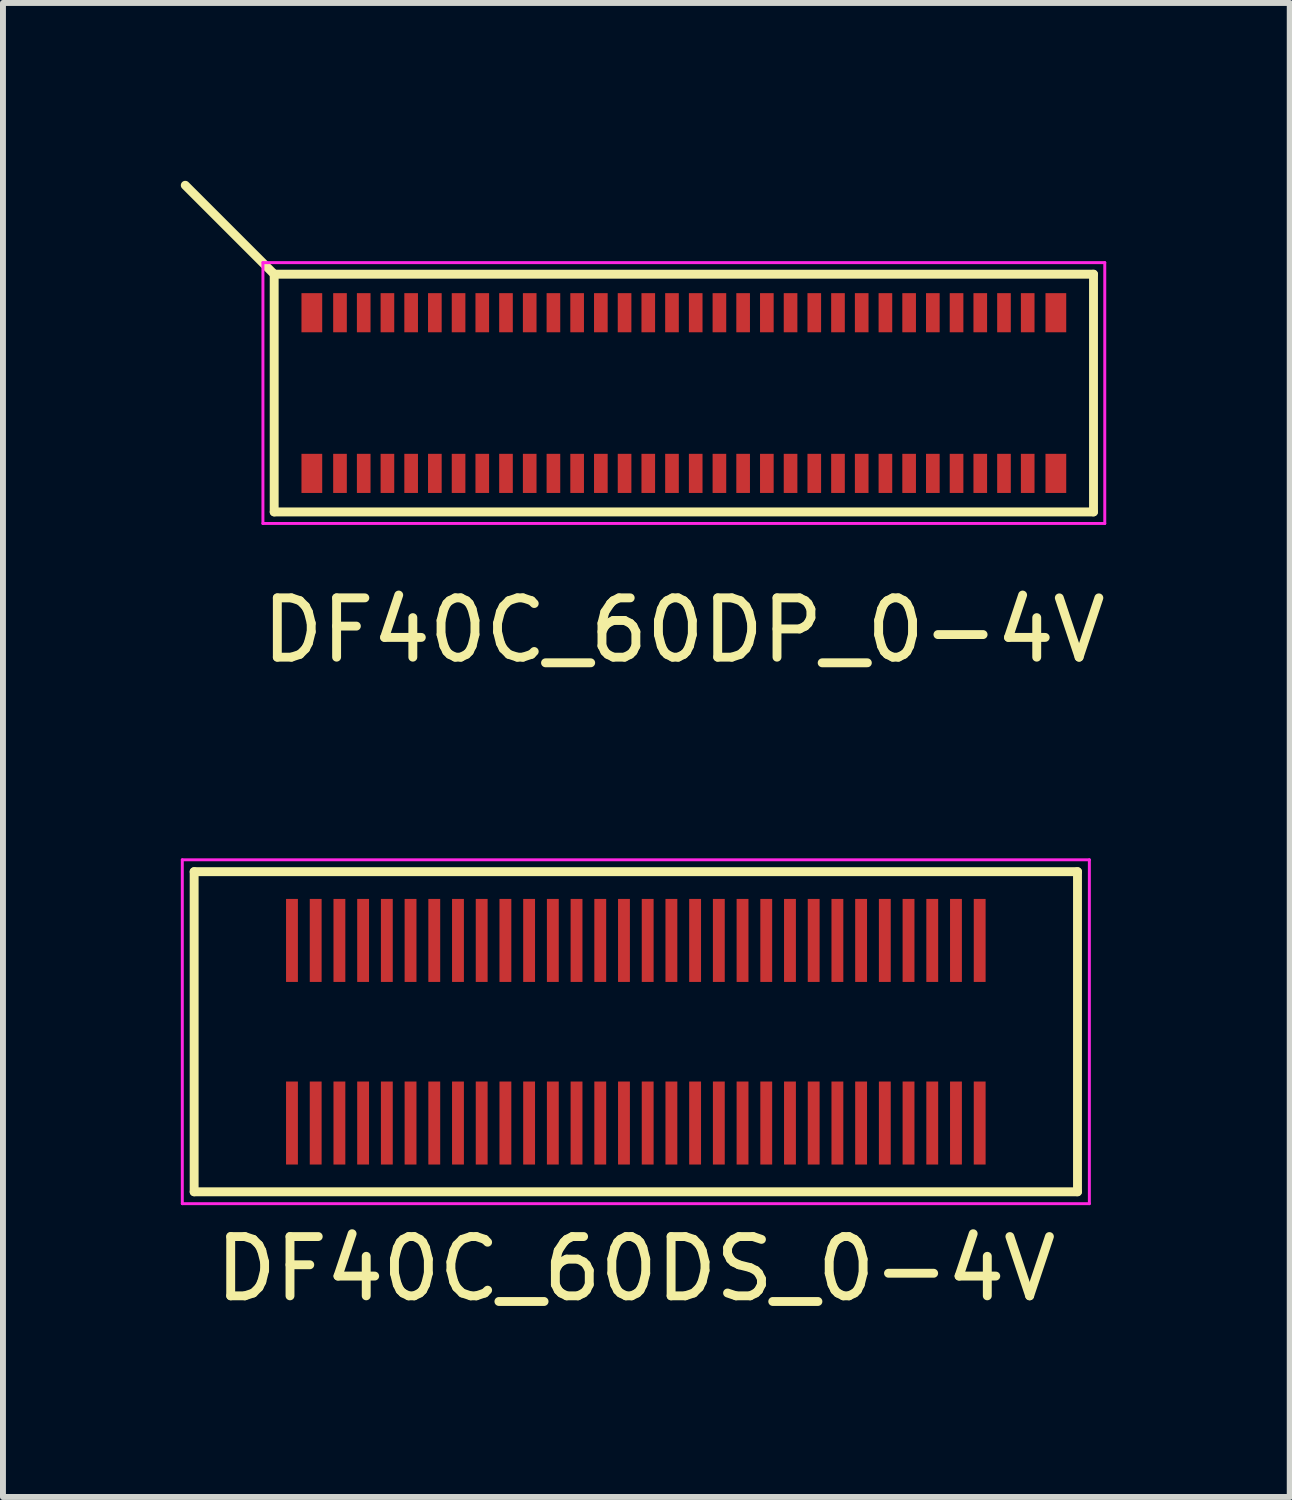
<source format=kicad_pcb>
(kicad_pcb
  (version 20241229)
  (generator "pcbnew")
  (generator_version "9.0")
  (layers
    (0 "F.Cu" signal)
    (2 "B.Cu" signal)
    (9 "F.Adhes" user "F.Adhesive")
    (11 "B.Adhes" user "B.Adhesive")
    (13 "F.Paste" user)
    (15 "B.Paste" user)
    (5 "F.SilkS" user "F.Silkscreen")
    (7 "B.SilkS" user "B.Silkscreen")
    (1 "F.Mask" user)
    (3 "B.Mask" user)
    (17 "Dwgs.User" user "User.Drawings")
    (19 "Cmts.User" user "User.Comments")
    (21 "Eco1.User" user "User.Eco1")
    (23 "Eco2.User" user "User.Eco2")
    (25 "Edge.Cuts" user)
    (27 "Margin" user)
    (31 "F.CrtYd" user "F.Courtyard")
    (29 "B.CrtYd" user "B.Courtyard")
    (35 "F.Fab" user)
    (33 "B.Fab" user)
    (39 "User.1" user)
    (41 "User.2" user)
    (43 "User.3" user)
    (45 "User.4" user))
  (footprint "DF40C_60DP_0-4V"
    (layer "F.Cu")
    (at 8.485 3.58)
    (property "Reference" "DF40C_60DP_0-4V" (at 0 4 0) (layer "F.SilkS") (effects (font (size 1 1) (thickness 0.15))))
    (attr smd)
    (fp_line (start -6.91 -2.005) (end -8.41 -3.505) (stroke (width 0.15) (type solid)) (layer "F.SilkS"))
    (fp_line (start -6.91 -2.005) (end -6.91 2.005) (stroke (width 0.15) (type solid)) (layer "F.SilkS"))
    (fp_line (start -6.91 -2.005) (end 6.91 -2.005) (stroke (width 0.15) (type solid)) (layer "F.SilkS"))
    (fp_line (start 6.91 2.005) (end -6.91 2.005) (stroke (width 0.15) (type solid)) (layer "F.SilkS"))
    (fp_line (start 6.91 2.005) (end 6.91 -2.005) (stroke (width 0.15) (type solid)) (layer "F.SilkS"))
    (fp_line (start -7.1 -2.2) (end -7.1 2.2) (stroke (width 0.05) (type solid)) (layer "F.CrtYd"))
    (fp_line (start -7.1 -2.2) (end 7.1 -2.2) (stroke (width 0.05) (type solid)) (layer "F.CrtYd"))
    (fp_line (start 7.1 2.2) (end -7.1 2.2) (stroke (width 0.05) (type solid)) (layer "F.CrtYd"))
    (fp_line (start 7.1 2.2) (end 7.1 -2.2) (stroke (width 0.05) (type solid)) (layer "F.CrtYd"))
    (pad "1" smd rect (at -5.8 1.355) (size 0.23 0.66) (layers "F.Cu" "F.Mask" "F.Paste"))
    (pad "2" smd rect (at -5.8 -1.355) (size 0.23 0.66) (layers "F.Cu" "F.Mask" "F.Paste"))
    (pad "3" smd rect (at -5.4 1.355) (size 0.23 0.66) (layers "F.Cu" "F.Mask" "F.Paste"))
    (pad "4" smd rect (at -5.4 -1.355) (size 0.23 0.66) (layers "F.Cu" "F.Mask" "F.Paste"))
    (pad "5" smd rect (at -5 1.355) (size 0.23 0.66) (layers "F.Cu" "F.Mask" "F.Paste"))
    (pad "6" smd rect (at -5 -1.355) (size 0.23 0.66) (layers "F.Cu" "F.Mask" "F.Paste"))
    (pad "7" smd rect (at -4.6 1.355) (size 0.23 0.66) (layers "F.Cu" "F.Mask" "F.Paste"))
    (pad "8" smd rect (at -4.6 -1.355) (size 0.23 0.66) (layers "F.Cu" "F.Mask" "F.Paste"))
    (pad "9" smd rect (at -4.2 1.355) (size 0.23 0.66) (layers "F.Cu" "F.Mask" "F.Paste"))
    (pad "10" smd rect (at -4.2 -1.355) (size 0.23 0.66) (layers "F.Cu" "F.Mask" "F.Paste"))
    (pad "11" smd rect (at -3.8 1.355) (size 0.23 0.66) (layers "F.Cu" "F.Mask" "F.Paste"))
    (pad "12" smd rect (at -3.8 -1.355) (size 0.23 0.66) (layers "F.Cu" "F.Mask" "F.Paste"))
    (pad "13" smd rect (at -3.4 1.355) (size 0.23 0.66) (layers "F.Cu" "F.Mask" "F.Paste"))
    (pad "14" smd rect (at -3.4 -1.355) (size 0.23 0.66) (layers "F.Cu" "F.Mask" "F.Paste"))
    (pad "15" smd rect (at -3 1.355) (size 0.23 0.66) (layers "F.Cu" "F.Mask" "F.Paste"))
    (pad "16" smd rect (at -3 -1.355) (size 0.23 0.66) (layers "F.Cu" "F.Mask" "F.Paste"))
    (pad "17" smd rect (at -2.6 1.355) (size 0.23 0.66) (layers "F.Cu" "F.Mask" "F.Paste"))
    (pad "18" smd rect (at -2.6 -1.355) (size 0.23 0.66) (layers "F.Cu" "F.Mask" "F.Paste"))
    (pad "19" smd rect (at -2.2 1.355) (size 0.23 0.66) (layers "F.Cu" "F.Mask" "F.Paste"))
    (pad "20" smd rect (at -2.2 -1.355) (size 0.23 0.66) (layers "F.Cu" "F.Mask" "F.Paste"))
    (pad "21" smd rect (at -1.8 1.355) (size 0.23 0.66) (layers "F.Cu" "F.Mask" "F.Paste"))
    (pad "22" smd rect (at -1.8 -1.355) (size 0.23 0.66) (layers "F.Cu" "F.Mask" "F.Paste"))
    (pad "23" smd rect (at -1.4 1.355) (size 0.23 0.66) (layers "F.Cu" "F.Mask" "F.Paste"))
    (pad "24" smd rect (at -1.4 -1.355) (size 0.23 0.66) (layers "F.Cu" "F.Mask" "F.Paste"))
    (pad "25" smd rect (at -1 1.355) (size 0.23 0.66) (layers "F.Cu" "F.Mask" "F.Paste"))
    (pad "26" smd rect (at -1 -1.355) (size 0.23 0.66) (layers "F.Cu" "F.Mask" "F.Paste"))
    (pad "27" smd rect (at -0.6 1.355) (size 0.23 0.66) (layers "F.Cu" "F.Mask" "F.Paste"))
    (pad "28" smd rect (at -0.6 -1.355) (size 0.23 0.66) (layers "F.Cu" "F.Mask" "F.Paste"))
    (pad "29" smd rect (at -0.2 1.355) (size 0.23 0.66) (layers "F.Cu" "F.Mask" "F.Paste"))
    (pad "30" smd rect (at -0.2 -1.355) (size 0.23 0.66) (layers "F.Cu" "F.Mask" "F.Paste"))
    (pad "31" smd rect (at 0.2 1.355) (size 0.23 0.66) (layers "F.Cu" "F.Mask" "F.Paste"))
    (pad "32" smd rect (at 0.2 -1.355) (size 0.23 0.66) (layers "F.Cu" "F.Mask" "F.Paste"))
    (pad "33" smd rect (at 0.6 1.355) (size 0.23 0.66) (layers "F.Cu" "F.Mask" "F.Paste"))
    (pad "34" smd rect (at 0.6 -1.355) (size 0.23 0.66) (layers "F.Cu" "F.Mask" "F.Paste"))
    (pad "35" smd rect (at 1 1.355) (size 0.23 0.66) (layers "F.Cu" "F.Mask" "F.Paste"))
    (pad "36" smd rect (at 1 -1.355) (size 0.23 0.66) (layers "F.Cu" "F.Mask" "F.Paste"))
    (pad "37" smd rect (at 1.4 1.355) (size 0.23 0.66) (layers "F.Cu" "F.Mask" "F.Paste"))
    (pad "38" smd rect (at 1.4 -1.355) (size 0.23 0.66) (layers "F.Cu" "F.Mask" "F.Paste"))
    (pad "39" smd rect (at 1.8 1.355) (size 0.23 0.66) (layers "F.Cu" "F.Mask" "F.Paste"))
    (pad "40" smd rect (at 1.8 -1.355) (size 0.23 0.66) (layers "F.Cu" "F.Mask" "F.Paste"))
    (pad "41" smd rect (at 2.2 1.355) (size 0.23 0.66) (layers "F.Cu" "F.Mask" "F.Paste"))
    (pad "42" smd rect (at 2.2 -1.355) (size 0.23 0.66) (layers "F.Cu" "F.Mask" "F.Paste"))
    (pad "43" smd rect (at 2.6 1.355) (size 0.23 0.66) (layers "F.Cu" "F.Mask" "F.Paste"))
    (pad "44" smd rect (at 2.6 -1.355) (size 0.23 0.66) (layers "F.Cu" "F.Mask" "F.Paste"))
    (pad "45" smd rect (at 3 1.355) (size 0.23 0.66) (layers "F.Cu" "F.Mask" "F.Paste"))
    (pad "46" smd rect (at 3 -1.355) (size 0.23 0.66) (layers "F.Cu" "F.Mask" "F.Paste"))
    (pad "47" smd rect (at 3.4 1.355) (size 0.23 0.66) (layers "F.Cu" "F.Mask" "F.Paste"))
    (pad "48" smd rect (at 3.4 -1.355) (size 0.23 0.66) (layers "F.Cu" "F.Mask" "F.Paste"))
    (pad "49" smd rect (at 3.8 1.355) (size 0.23 0.66) (layers "F.Cu" "F.Mask" "F.Paste"))
    (pad "50" smd rect (at 3.8 -1.355) (size 0.23 0.66) (layers "F.Cu" "F.Mask" "F.Paste"))
    (pad "51" smd rect (at 4.2 1.355) (size 0.23 0.66) (layers "F.Cu" "F.Mask" "F.Paste"))
    (pad "52" smd rect (at 4.2 -1.355) (size 0.23 0.66) (layers "F.Cu" "F.Mask" "F.Paste"))
    (pad "53" smd rect (at 4.6 1.355) (size 0.23 0.66) (layers "F.Cu" "F.Mask" "F.Paste"))
    (pad "54" smd rect (at 4.6 -1.355) (size 0.23 0.66) (layers "F.Cu" "F.Mask" "F.Paste"))
    (pad "55" smd rect (at 5 1.355) (size 0.23 0.66) (layers "F.Cu" "F.Mask" "F.Paste"))
    (pad "56" smd rect (at 5 -1.355) (size 0.23 0.66) (layers "F.Cu" "F.Mask" "F.Paste"))
    (pad "57" smd rect (at 5.4 1.355) (size 0.23 0.66) (layers "F.Cu" "F.Mask" "F.Paste"))
    (pad "58" smd rect (at 5.4 -1.355) (size 0.23 0.66) (layers "F.Cu" "F.Mask" "F.Paste"))
    (pad "59" smd rect (at 5.8 1.355) (size 0.23 0.66) (layers "F.Cu" "F.Mask" "F.Paste"))
    (pad "60" smd rect (at 5.8 -1.355) (size 0.23 0.66) (layers "F.Cu" "F.Mask" "F.Paste"))
    (pad "GND" smd rect (at -6.275 -1.355) (size 0.35 0.66) (layers "F.Cu" "F.Mask" "F.Paste"))
    (pad "GND" smd rect (at -6.275 1.355) (size 0.35 0.66) (layers "F.Cu" "F.Mask" "F.Paste"))
    (pad "GND" smd rect (at 6.275 -1.355) (size 0.35 0.66) (layers "F.Cu" "F.Mask" "F.Paste"))
    (pad "GND" smd rect (at 6.275 1.355) (size 0.35 0.66) (layers "F.Cu" "F.Mask" "F.Paste")))
  (footprint "DF40C_60DS_0-4V"
    (layer "F.Cu")
    (at 7.675 14.353)
    (property "Reference" "DF40C_60DS_0-4V" (at 0 4 0) (layer "F.SilkS") (effects (font (size 1 1) (thickness 0.15))))
    (attr smd)
    (fp_line (start -7.45 -2.7) (end -7.45 2.7) (stroke (width 0.15) (type solid)) (layer "F.SilkS"))
    (fp_line (start -7.45 -2.7) (end 7.45 -2.7) (stroke (width 0.15) (type solid)) (layer "F.SilkS"))
    (fp_line (start 7.45 2.7) (end -7.45 2.7) (stroke (width 0.15) (type solid)) (layer "F.SilkS"))
    (fp_line (start 7.45 2.7) (end 7.45 -2.7) (stroke (width 0.15) (type solid)) (layer "F.SilkS"))
    (fp_line (start -7.65 -2.9) (end -7.65 2.9) (stroke (width 0.05) (type solid)) (layer "F.CrtYd"))
    (fp_line (start -7.65 -2.9) (end 7.65 -2.9) (stroke (width 0.05) (type solid)) (layer "F.CrtYd"))
    (fp_line (start 7.65 2.9) (end -7.65 2.9) (stroke (width 0.05) (type solid)) (layer "F.CrtYd"))
    (fp_line (start 7.65 2.9) (end 7.65 -2.9) (stroke (width 0.05) (type solid)) (layer "F.CrtYd"))
    (pad "1" smd rect (at -5.8 1.54) (size 0.2 1.4) (layers "F.Cu" "F.Mask" "F.Paste"))
    (pad "2" smd rect (at -5.8 -1.54) (size 0.2 1.4) (layers "F.Cu" "F.Mask" "F.Paste"))
    (pad "3" smd rect (at -5.4 -1.54) (size 0.2 1.4) (layers "F.Cu" "F.Mask" "F.Paste"))
    (pad "4" smd rect (at -5.4 1.54) (size 0.2 1.4) (layers "F.Cu" "F.Mask" "F.Paste"))
    (pad "5" smd rect (at -5 -1.54) (size 0.2 1.4) (layers "F.Cu" "F.Mask" "F.Paste"))
    (pad "6" smd rect (at -5 1.54) (size 0.2 1.4) (layers "F.Cu" "F.Mask" "F.Paste"))
    (pad "7" smd rect (at -4.6 -1.54) (size 0.2 1.4) (layers "F.Cu" "F.Mask" "F.Paste"))
    (pad "8" smd rect (at -4.6 1.54) (size 0.2 1.4) (layers "F.Cu" "F.Mask" "F.Paste"))
    (pad "9" smd rect (at -4.2 -1.54) (size 0.2 1.4) (layers "F.Cu" "F.Mask" "F.Paste"))
    (pad "10" smd rect (at -4.2 1.54) (size 0.2 1.4) (layers "F.Cu" "F.Mask" "F.Paste"))
    (pad "11" smd rect (at -3.8 -1.54) (size 0.2 1.4) (layers "F.Cu" "F.Mask" "F.Paste"))
    (pad "12" smd rect (at -3.8 1.54) (size 0.2 1.4) (layers "F.Cu" "F.Mask" "F.Paste"))
    (pad "13" smd rect (at -3.4 -1.54) (size 0.2 1.4) (layers "F.Cu" "F.Mask" "F.Paste"))
    (pad "14" smd rect (at -3.4 1.54) (size 0.2 1.4) (layers "F.Cu" "F.Mask" "F.Paste"))
    (pad "15" smd rect (at -3 -1.54) (size 0.2 1.4) (layers "F.Cu" "F.Mask" "F.Paste"))
    (pad "16" smd rect (at -3 1.54) (size 0.2 1.4) (layers "F.Cu" "F.Mask" "F.Paste"))
    (pad "17" smd rect (at -2.6 -1.54) (size 0.2 1.4) (layers "F.Cu" "F.Mask" "F.Paste"))
    (pad "18" smd rect (at -2.6 1.54) (size 0.2 1.4) (layers "F.Cu" "F.Mask" "F.Paste"))
    (pad "19" smd rect (at -2.2 -1.54) (size 0.2 1.4) (layers "F.Cu" "F.Mask" "F.Paste"))
    (pad "20" smd rect (at -2.2 1.54) (size 0.2 1.4) (layers "F.Cu" "F.Mask" "F.Paste"))
    (pad "21" smd rect (at -1.8 -1.54) (size 0.2 1.4) (layers "F.Cu" "F.Mask" "F.Paste"))
    (pad "22" smd rect (at -1.8 1.54) (size 0.2 1.4) (layers "F.Cu" "F.Mask" "F.Paste"))
    (pad "23" smd rect (at -1.4 -1.54) (size 0.2 1.4) (layers "F.Cu" "F.Mask" "F.Paste"))
    (pad "24" smd rect (at -1.4 1.54) (size 0.2 1.4) (layers "F.Cu" "F.Mask" "F.Paste"))
    (pad "25" smd rect (at -1 -1.54) (size 0.2 1.4) (layers "F.Cu" "F.Mask" "F.Paste"))
    (pad "26" smd rect (at -1 1.54) (size 0.2 1.4) (layers "F.Cu" "F.Mask" "F.Paste"))
    (pad "27" smd rect (at -0.6 -1.54) (size 0.2 1.4) (layers "F.Cu" "F.Mask" "F.Paste"))
    (pad "28" smd rect (at -0.6 1.54) (size 0.2 1.4) (layers "F.Cu" "F.Mask" "F.Paste"))
    (pad "29" smd rect (at -0.2 -1.54) (size 0.2 1.4) (layers "F.Cu" "F.Mask" "F.Paste"))
    (pad "30" smd rect (at -0.2 1.54) (size 0.2 1.4) (layers "F.Cu" "F.Mask" "F.Paste"))
    (pad "31" smd rect (at 0.2 -1.54) (size 0.2 1.4) (layers "F.Cu" "F.Mask" "F.Paste"))
    (pad "32" smd rect (at 0.2 1.54) (size 0.2 1.4) (layers "F.Cu" "F.Mask" "F.Paste"))
    (pad "33" smd rect (at 0.6 -1.54) (size 0.2 1.4) (layers "F.Cu" "F.Mask" "F.Paste"))
    (pad "34" smd rect (at 0.6 1.54) (size 0.2 1.4) (layers "F.Cu" "F.Mask" "F.Paste"))
    (pad "35" smd rect (at 1 -1.54) (size 0.2 1.4) (layers "F.Cu" "F.Mask" "F.Paste"))
    (pad "36" smd rect (at 1 1.54) (size 0.2 1.4) (layers "F.Cu" "F.Mask" "F.Paste"))
    (pad "37" smd rect (at 1.4 -1.54) (size 0.2 1.4) (layers "F.Cu" "F.Mask" "F.Paste"))
    (pad "38" smd rect (at 1.4 1.54) (size 0.2 1.4) (layers "F.Cu" "F.Mask" "F.Paste"))
    (pad "39" smd rect (at 1.8 -1.54) (size 0.2 1.4) (layers "F.Cu" "F.Mask" "F.Paste"))
    (pad "40" smd rect (at 1.8 1.54) (size 0.2 1.4) (layers "F.Cu" "F.Mask" "F.Paste"))
    (pad "41" smd rect (at 2.2 -1.54) (size 0.2 1.4) (layers "F.Cu" "F.Mask" "F.Paste"))
    (pad "42" smd rect (at 2.2 1.54) (size 0.2 1.4) (layers "F.Cu" "F.Mask" "F.Paste"))
    (pad "43" smd rect (at 2.6 -1.54) (size 0.2 1.4) (layers "F.Cu" "F.Mask" "F.Paste"))
    (pad "44" smd rect (at 2.6 1.54) (size 0.2 1.4) (layers "F.Cu" "F.Mask" "F.Paste"))
    (pad "45" smd rect (at 3 -1.54) (size 0.2 1.4) (layers "F.Cu" "F.Mask" "F.Paste"))
    (pad "46" smd rect (at 3 1.54) (size 0.2 1.4) (layers "F.Cu" "F.Mask" "F.Paste"))
    (pad "47" smd rect (at 3.4 -1.54) (size 0.2 1.4) (layers "F.Cu" "F.Mask" "F.Paste"))
    (pad "48" smd rect (at 3.4 1.54) (size 0.2 1.4) (layers "F.Cu" "F.Mask" "F.Paste"))
    (pad "49" smd rect (at 3.8 -1.54) (size 0.2 1.4) (layers "F.Cu" "F.Mask" "F.Paste"))
    (pad "50" smd rect (at 3.8 1.54) (size 0.2 1.4) (layers "F.Cu" "F.Mask" "F.Paste"))
    (pad "51" smd rect (at 4.2 -1.54) (size 0.2 1.4) (layers "F.Cu" "F.Mask" "F.Paste"))
    (pad "52" smd rect (at 4.2 1.54) (size 0.2 1.4) (layers "F.Cu" "F.Mask" "F.Paste"))
    (pad "53" smd rect (at 4.6 -1.54) (size 0.2 1.4) (layers "F.Cu" "F.Mask" "F.Paste"))
    (pad "54" smd rect (at 4.6 1.54) (size 0.2 1.4) (layers "F.Cu" "F.Mask" "F.Paste"))
    (pad "55" smd rect (at 5 -1.54) (size 0.2 1.4) (layers "F.Cu" "F.Mask" "F.Paste"))
    (pad "56" smd rect (at 5 1.54) (size 0.2 1.4) (layers "F.Cu" "F.Mask" "F.Paste"))
    (pad "57" smd rect (at 5.4 -1.54) (size 0.2 1.4) (layers "F.Cu" "F.Mask" "F.Paste"))
    (pad "58" smd rect (at 5.4 1.54) (size 0.2 1.4) (layers "F.Cu" "F.Mask" "F.Paste"))
    (pad "59" smd rect (at 5.8 -1.54) (size 0.2 1.4) (layers "F.Cu" "F.Mask" "F.Paste"))
    (pad "60" smd rect (at 5.8 1.54) (size 0.2 1.4) (layers "F.Cu" "F.Mask" "F.Paste")))
  (gr_rect
    (start -3 -3)
    (end 18.705 22.201)
    (stroke (width 0.1) (type default))
    (fill no)
    (layer "Edge.Cuts")))
</source>
